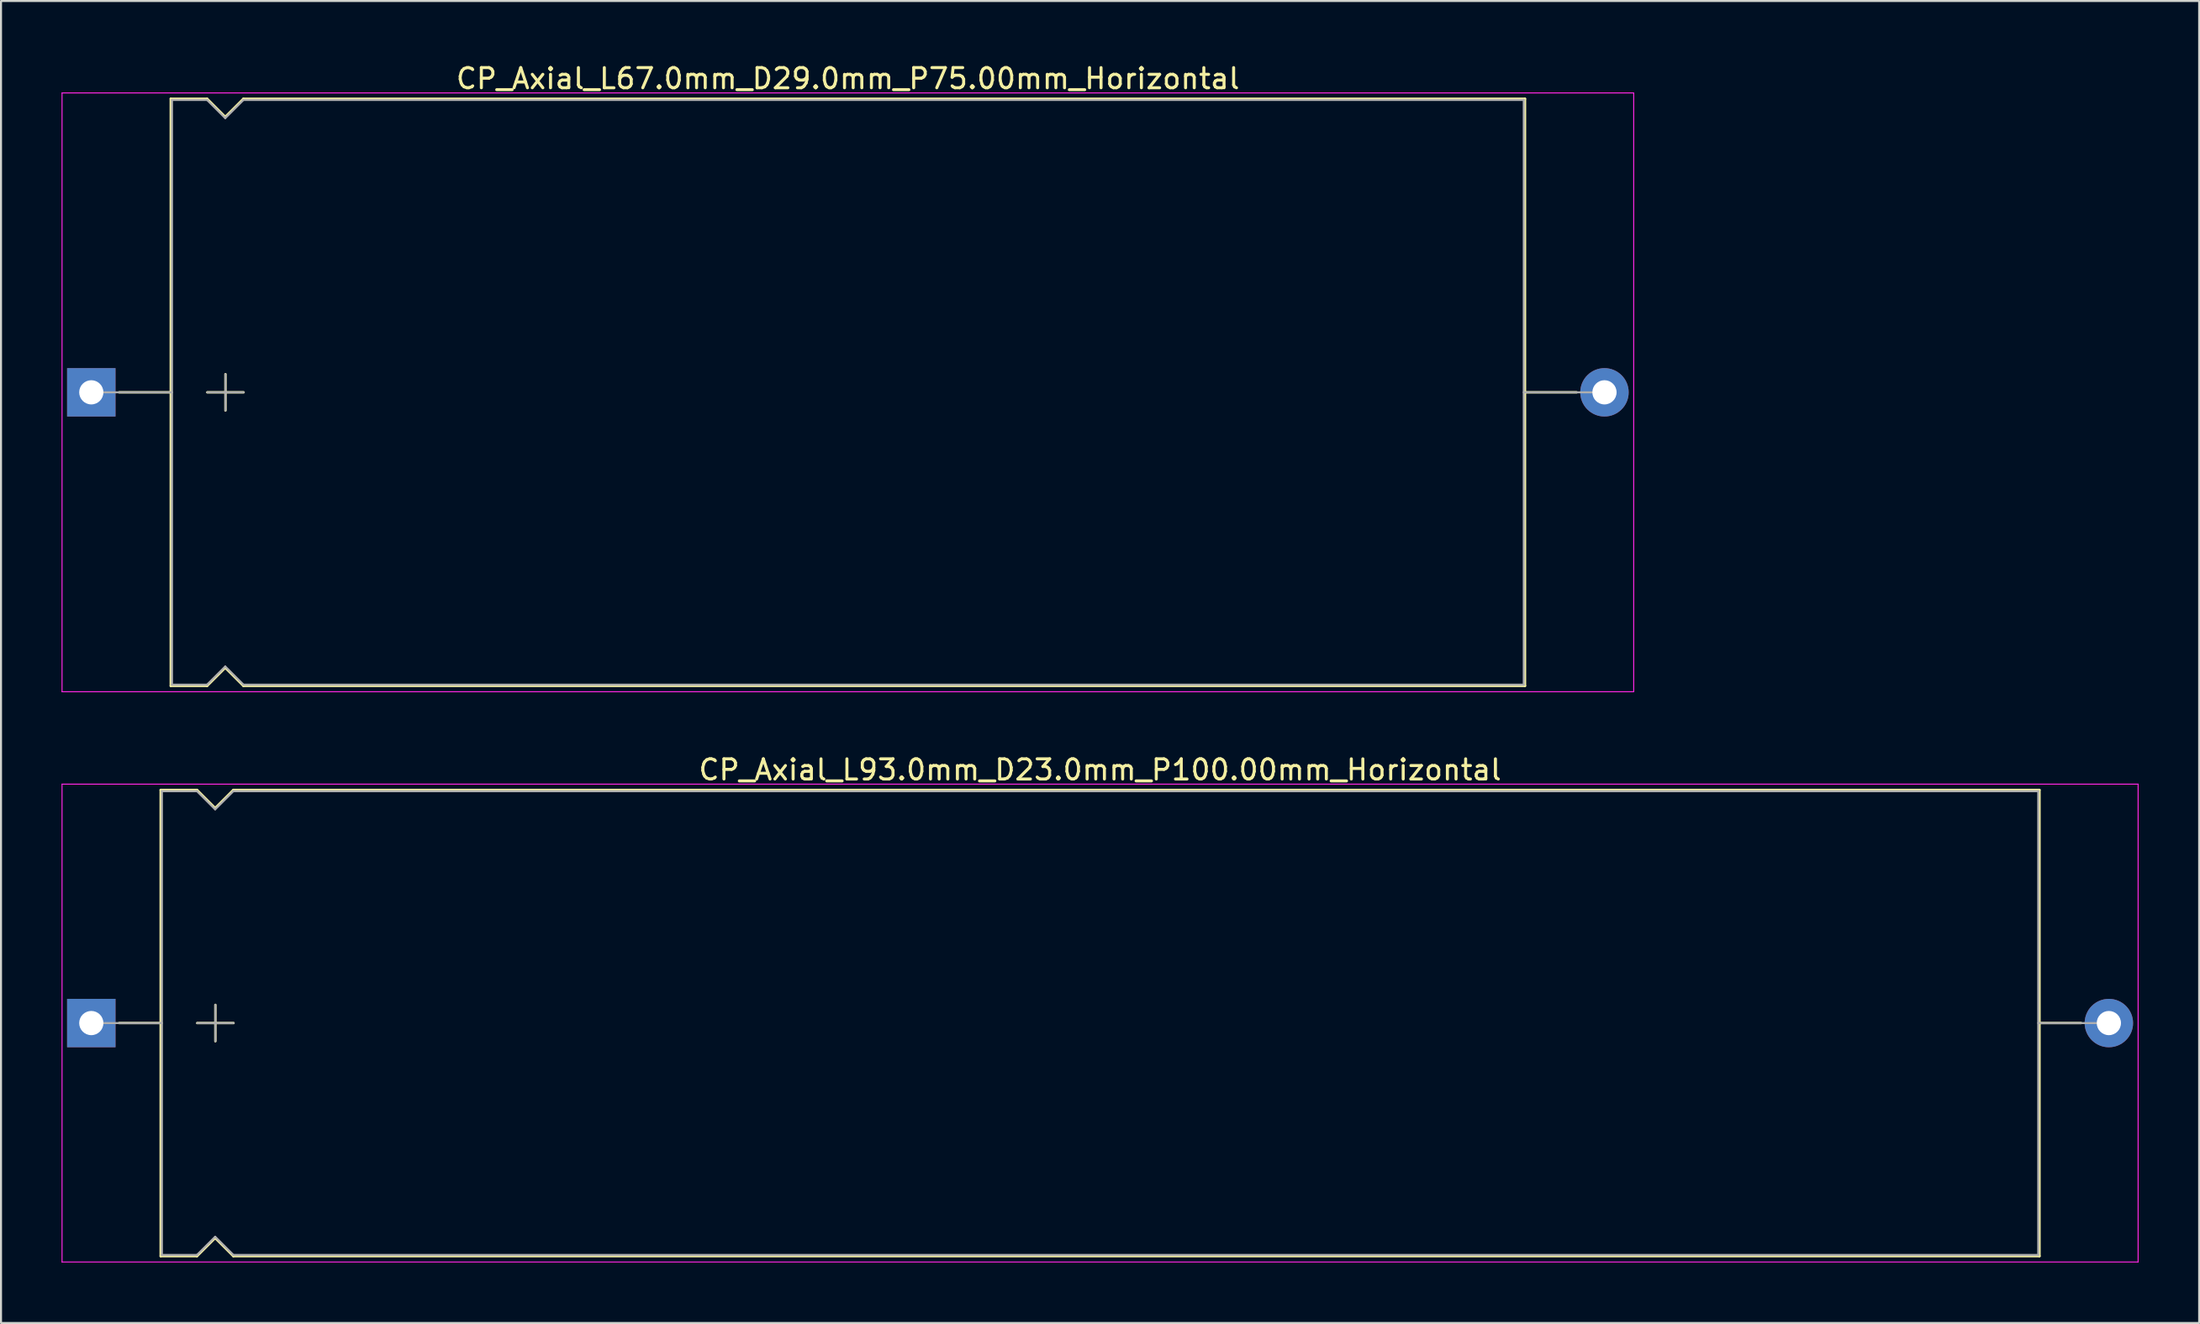
<source format=kicad_pcb>
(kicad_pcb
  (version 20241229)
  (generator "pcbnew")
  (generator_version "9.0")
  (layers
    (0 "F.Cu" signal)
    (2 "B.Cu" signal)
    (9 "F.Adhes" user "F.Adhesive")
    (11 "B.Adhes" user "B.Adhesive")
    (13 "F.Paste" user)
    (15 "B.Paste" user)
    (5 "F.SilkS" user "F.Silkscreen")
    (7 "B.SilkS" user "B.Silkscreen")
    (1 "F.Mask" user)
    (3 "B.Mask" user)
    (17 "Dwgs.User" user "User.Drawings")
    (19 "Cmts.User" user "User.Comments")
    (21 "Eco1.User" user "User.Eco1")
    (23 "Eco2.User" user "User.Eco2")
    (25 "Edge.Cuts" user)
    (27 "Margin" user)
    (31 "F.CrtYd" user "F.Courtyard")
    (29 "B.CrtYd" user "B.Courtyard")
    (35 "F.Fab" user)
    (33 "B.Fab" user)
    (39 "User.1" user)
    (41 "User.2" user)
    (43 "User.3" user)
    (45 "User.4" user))
  (footprint "CP_Axial_L93.0mm_D23.0mm_P100.00mm_Horizontal"
    (layer "F.Cu")
    (at 1.475 47.691)
    (property "Reference" "CP_Axial_L93.0mm_D23.0mm_P100.00mm_Horizontal" (at 50 -12.56 0) (layer "F.SilkS") (effects (font (size 1 1) (thickness 0.15))))
    (attr through_hole)
    (fp_line (start 1.38 0) (end 3.44 0) (stroke (width 0.12) (type solid)) (layer "F.SilkS"))
    (fp_line (start 3.44 -11.56) (end 3.44 11.56) (stroke (width 0.12) (type solid)) (layer "F.SilkS"))
    (fp_line (start 3.44 -11.56) (end 5.24 -11.56) (stroke (width 0.12) (type solid)) (layer "F.SilkS"))
    (fp_line (start 3.44 11.56) (end 5.24 11.56) (stroke (width 0.12) (type solid)) (layer "F.SilkS"))
    (fp_line (start 5.24 -11.56) (end 6.14 -10.66) (stroke (width 0.12) (type solid)) (layer "F.SilkS"))
    (fp_line (start 5.24 11.56) (end 6.14 10.66) (stroke (width 0.12) (type solid)) (layer "F.SilkS"))
    (fp_line (start 5.25 0) (end 7.05 0) (stroke (width 0.12) (type solid)) (layer "F.SilkS"))
    (fp_line (start 6.14 -10.66) (end 7.04 -11.56) (stroke (width 0.12) (type solid)) (layer "F.SilkS"))
    (fp_line (start 6.14 10.66) (end 7.04 11.56) (stroke (width 0.12) (type solid)) (layer "F.SilkS"))
    (fp_line (start 6.15 -0.9) (end 6.15 0.9) (stroke (width 0.12) (type solid)) (layer "F.SilkS"))
    (fp_line (start 7.04 -11.56) (end 96.56 -11.56) (stroke (width 0.12) (type solid)) (layer "F.SilkS"))
    (fp_line (start 7.04 11.56) (end 96.56 11.56) (stroke (width 0.12) (type solid)) (layer "F.SilkS"))
    (fp_line (start 96.56 -11.56) (end 96.56 11.56) (stroke (width 0.12) (type solid)) (layer "F.SilkS"))
    (fp_line (start 98.62 0) (end 96.56 0) (stroke (width 0.12) (type solid)) (layer "F.SilkS"))
    (fp_line (start -1.45 -11.85) (end -1.45 11.85) (stroke (width 0.05) (type solid)) (layer "F.CrtYd"))
    (fp_line (start -1.45 11.85) (end 101.45 11.85) (stroke (width 0.05) (type solid)) (layer "F.CrtYd"))
    (fp_line (start 101.45 -11.85) (end -1.45 -11.85) (stroke (width 0.05) (type solid)) (layer "F.CrtYd"))
    (fp_line (start 101.45 11.85) (end 101.45 -11.85) (stroke (width 0.05) (type solid)) (layer "F.CrtYd"))
    (fp_line (start 0 0) (end 3.5 0) (stroke (width 0.1) (type solid)) (layer "F.Fab"))
    (fp_line (start 3.5 -11.5) (end 3.5 11.5) (stroke (width 0.1) (type solid)) (layer "F.Fab"))
    (fp_line (start 3.5 -11.5) (end 5.24 -11.5) (stroke (width 0.1) (type solid)) (layer "F.Fab"))
    (fp_line (start 3.5 11.5) (end 5.24 11.5) (stroke (width 0.1) (type solid)) (layer "F.Fab"))
    (fp_line (start 5.24 -11.5) (end 6.14 -10.6) (stroke (width 0.1) (type solid)) (layer "F.Fab"))
    (fp_line (start 5.24 11.5) (end 6.14 10.6) (stroke (width 0.1) (type solid)) (layer "F.Fab"))
    (fp_line (start 5.25 0) (end 7.05 0) (stroke (width 0.1) (type solid)) (layer "F.Fab"))
    (fp_line (start 6.14 -10.6) (end 7.04 -11.5) (stroke (width 0.1) (type solid)) (layer "F.Fab"))
    (fp_line (start 6.14 10.6) (end 7.04 11.5) (stroke (width 0.1) (type solid)) (layer "F.Fab"))
    (fp_line (start 6.15 -0.9) (end 6.15 0.9) (stroke (width 0.1) (type solid)) (layer "F.Fab"))
    (fp_line (start 7.04 -11.5) (end 96.5 -11.5) (stroke (width 0.1) (type solid)) (layer "F.Fab"))
    (fp_line (start 7.04 11.5) (end 96.5 11.5) (stroke (width 0.1) (type solid)) (layer "F.Fab"))
    (fp_line (start 96.5 -11.5) (end 96.5 11.5) (stroke (width 0.1) (type solid)) (layer "F.Fab"))
    (fp_line (start 100 0) (end 96.5 0) (stroke (width 0.1) (type solid)) (layer "F.Fab"))
    (pad "1" thru_hole rect (at 0 0) (size 2.4 2.4) (drill 1.2) (layers "*.Cu" "*.Mask"))
    (pad "2" thru_hole oval (at 100 0) (size 2.4 2.4) (drill 1.2) (layers "*.Cu" "*.Mask")))
  (footprint "CP_Axial_L67.0mm_D29.0mm_P75.00mm_Horizontal"
    (layer "F.Cu")
    (at 1.475 16.408)
    (property "Reference" "CP_Axial_L67.0mm_D29.0mm_P75.00mm_Horizontal" (at 37.5 -15.56 0) (layer "F.SilkS") (effects (font (size 1 1) (thickness 0.15))))
    (attr through_hole)
    (fp_line (start 1.38 0) (end 3.94 0) (stroke (width 0.12) (type solid)) (layer "F.SilkS"))
    (fp_line (start 3.94 -14.56) (end 3.94 14.56) (stroke (width 0.12) (type solid)) (layer "F.SilkS"))
    (fp_line (start 3.94 -14.56) (end 5.74 -14.56) (stroke (width 0.12) (type solid)) (layer "F.SilkS"))
    (fp_line (start 3.94 14.56) (end 5.74 14.56) (stroke (width 0.12) (type solid)) (layer "F.SilkS"))
    (fp_line (start 5.74 -14.56) (end 6.64 -13.66) (stroke (width 0.12) (type solid)) (layer "F.SilkS"))
    (fp_line (start 5.74 14.56) (end 6.64 13.66) (stroke (width 0.12) (type solid)) (layer "F.SilkS"))
    (fp_line (start 5.75 0) (end 7.55 0) (stroke (width 0.12) (type solid)) (layer "F.SilkS"))
    (fp_line (start 6.64 -13.66) (end 7.54 -14.56) (stroke (width 0.12) (type solid)) (layer "F.SilkS"))
    (fp_line (start 6.64 13.66) (end 7.54 14.56) (stroke (width 0.12) (type solid)) (layer "F.SilkS"))
    (fp_line (start 6.65 -0.9) (end 6.65 0.9) (stroke (width 0.12) (type solid)) (layer "F.SilkS"))
    (fp_line (start 7.54 -14.56) (end 71.06 -14.56) (stroke (width 0.12) (type solid)) (layer "F.SilkS"))
    (fp_line (start 7.54 14.56) (end 71.06 14.56) (stroke (width 0.12) (type solid)) (layer "F.SilkS"))
    (fp_line (start 71.06 -14.56) (end 71.06 14.56) (stroke (width 0.12) (type solid)) (layer "F.SilkS"))
    (fp_line (start 73.62 0) (end 71.06 0) (stroke (width 0.12) (type solid)) (layer "F.SilkS"))
    (fp_line (start -1.45 -14.85) (end -1.45 14.85) (stroke (width 0.05) (type solid)) (layer "F.CrtYd"))
    (fp_line (start -1.45 14.85) (end 76.45 14.85) (stroke (width 0.05) (type solid)) (layer "F.CrtYd"))
    (fp_line (start 76.45 -14.85) (end -1.45 -14.85) (stroke (width 0.05) (type solid)) (layer "F.CrtYd"))
    (fp_line (start 76.45 14.85) (end 76.45 -14.85) (stroke (width 0.05) (type solid)) (layer "F.CrtYd"))
    (fp_line (start 0 0) (end 4 0) (stroke (width 0.1) (type solid)) (layer "F.Fab"))
    (fp_line (start 4 -14.5) (end 4 14.5) (stroke (width 0.1) (type solid)) (layer "F.Fab"))
    (fp_line (start 4 -14.5) (end 5.74 -14.5) (stroke (width 0.1) (type solid)) (layer "F.Fab"))
    (fp_line (start 4 14.5) (end 5.74 14.5) (stroke (width 0.1) (type solid)) (layer "F.Fab"))
    (fp_line (start 5.74 -14.5) (end 6.64 -13.6) (stroke (width 0.1) (type solid)) (layer "F.Fab"))
    (fp_line (start 5.74 14.5) (end 6.64 13.6) (stroke (width 0.1) (type solid)) (layer "F.Fab"))
    (fp_line (start 5.75 0) (end 7.55 0) (stroke (width 0.1) (type solid)) (layer "F.Fab"))
    (fp_line (start 6.64 -13.6) (end 7.54 -14.5) (stroke (width 0.1) (type solid)) (layer "F.Fab"))
    (fp_line (start 6.64 13.6) (end 7.54 14.5) (stroke (width 0.1) (type solid)) (layer "F.Fab"))
    (fp_line (start 6.65 -0.9) (end 6.65 0.9) (stroke (width 0.1) (type solid)) (layer "F.Fab"))
    (fp_line (start 7.54 -14.5) (end 71 -14.5) (stroke (width 0.1) (type solid)) (layer "F.Fab"))
    (fp_line (start 7.54 14.5) (end 71 14.5) (stroke (width 0.1) (type solid)) (layer "F.Fab"))
    (fp_line (start 71 -14.5) (end 71 14.5) (stroke (width 0.1) (type solid)) (layer "F.Fab"))
    (fp_line (start 75 0) (end 71 0) (stroke (width 0.1) (type solid)) (layer "F.Fab"))
    (pad "1" thru_hole rect (at 0 0) (size 2.4 2.4) (drill 1.2) (layers "*.Cu" "*.Mask"))
    (pad "2" thru_hole oval (at 75 0) (size 2.4 2.4) (drill 1.2) (layers "*.Cu" "*.Mask")))
  (gr_rect
    (start -3 -3)
    (end 105.95 62.566)
    (stroke (width 0.1) (type default))
    (fill no)
    (layer "Edge.Cuts")))
</source>
